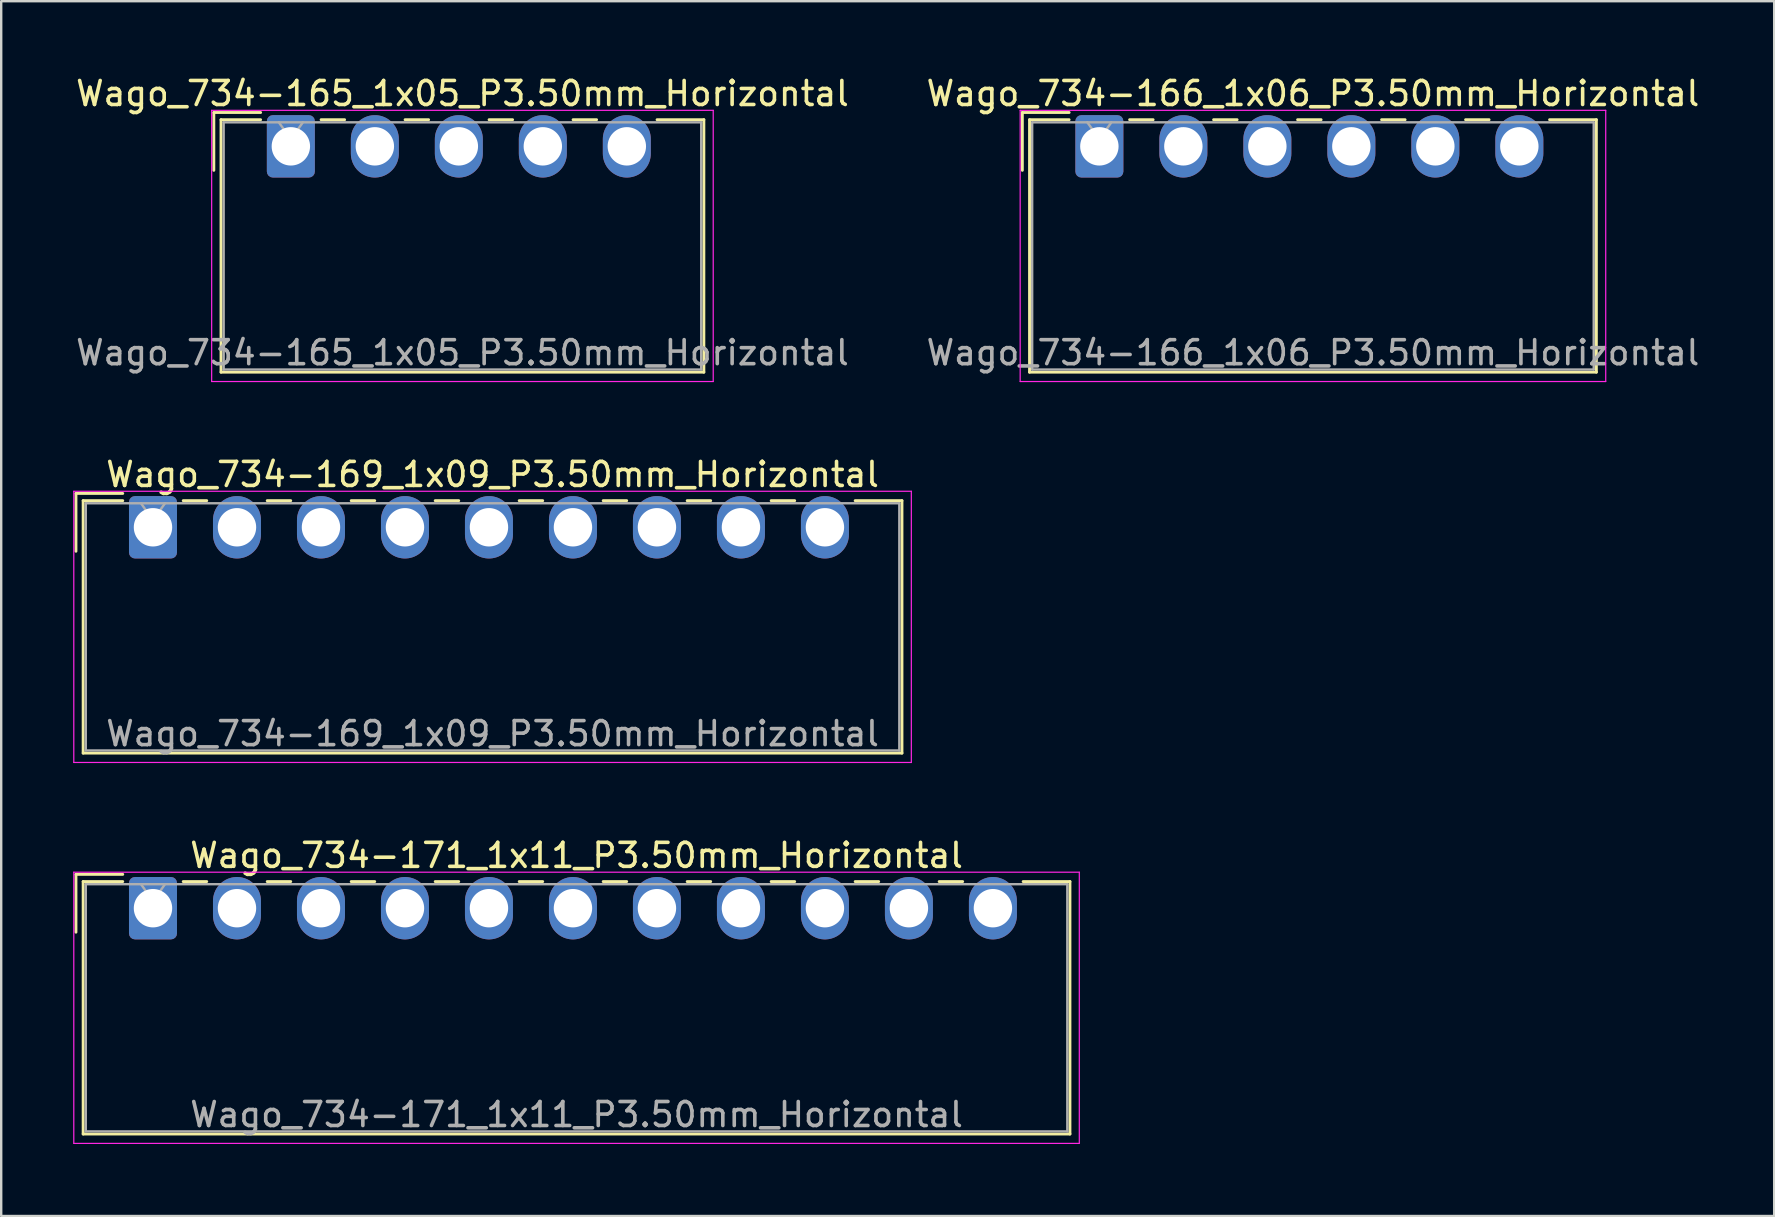
<source format=kicad_pcb>
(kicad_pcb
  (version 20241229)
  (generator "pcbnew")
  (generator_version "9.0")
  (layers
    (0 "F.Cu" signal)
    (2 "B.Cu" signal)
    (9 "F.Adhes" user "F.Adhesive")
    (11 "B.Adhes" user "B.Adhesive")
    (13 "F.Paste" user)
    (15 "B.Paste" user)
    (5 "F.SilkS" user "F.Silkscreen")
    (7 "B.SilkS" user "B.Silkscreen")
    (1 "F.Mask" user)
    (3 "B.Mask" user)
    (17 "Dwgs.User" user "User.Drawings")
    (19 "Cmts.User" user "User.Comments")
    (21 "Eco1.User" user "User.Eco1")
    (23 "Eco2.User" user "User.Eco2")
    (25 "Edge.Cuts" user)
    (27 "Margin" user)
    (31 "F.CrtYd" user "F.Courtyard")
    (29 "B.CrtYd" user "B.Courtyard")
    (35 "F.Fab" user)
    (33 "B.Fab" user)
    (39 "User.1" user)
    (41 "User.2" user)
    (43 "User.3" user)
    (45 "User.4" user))
  (footprint "Wago_734-171_1x11_P3.50mm_Horizontal"
    (layer "F.Cu")
    (at 3.325 34.795)
    (property "Reference" "Wago_734-171_1x11_P3.50mm_Horizontal" (at 17.65 -2.2 0) (layer "F.SilkS") (effects (font (size 1 1) (thickness 0.15))))
    (attr through_hole)
    (fp_line (start -3.21 -1.41) (end -1.26 -1.41) (stroke (width 0.12) (type solid)) (layer "F.SilkS"))
    (fp_line (start -3.21 1) (end -3.21 -1.41) (stroke (width 0.12) (type solid)) (layer "F.SilkS"))
    (fp_line (start -2.91 -1.11) (end -2.91 9.41) (stroke (width 0.12) (type solid)) (layer "F.SilkS"))
    (fp_line (start -2.91 9.41) (end 38.21 9.41) (stroke (width 0.12) (type solid)) (layer "F.SilkS"))
    (fp_line (start -1.26 -1.11) (end -2.91 -1.11) (stroke (width 0.12) (type solid)) (layer "F.SilkS"))
    (fp_line (start 1.26 -1.11) (end 2.24 -1.11) (stroke (width 0.12) (type solid)) (layer "F.SilkS"))
    (fp_line (start 4.76 -1.11) (end 5.74 -1.11) (stroke (width 0.12) (type solid)) (layer "F.SilkS"))
    (fp_line (start 8.26 -1.11) (end 9.24 -1.11) (stroke (width 0.12) (type solid)) (layer "F.SilkS"))
    (fp_line (start 11.76 -1.11) (end 12.74 -1.11) (stroke (width 0.12) (type solid)) (layer "F.SilkS"))
    (fp_line (start 15.26 -1.11) (end 16.24 -1.11) (stroke (width 0.12) (type solid)) (layer "F.SilkS"))
    (fp_line (start 18.76 -1.11) (end 19.74 -1.11) (stroke (width 0.12) (type solid)) (layer "F.SilkS"))
    (fp_line (start 22.26 -1.11) (end 23.24 -1.11) (stroke (width 0.12) (type solid)) (layer "F.SilkS"))
    (fp_line (start 25.76 -1.11) (end 26.74 -1.11) (stroke (width 0.12) (type solid)) (layer "F.SilkS"))
    (fp_line (start 29.26 -1.11) (end 30.24 -1.11) (stroke (width 0.12) (type solid)) (layer "F.SilkS"))
    (fp_line (start 32.76 -1.11) (end 33.74 -1.11) (stroke (width 0.12) (type solid)) (layer "F.SilkS"))
    (fp_line (start 38.21 -1.11) (end 36.26 -1.11) (stroke (width 0.12) (type solid)) (layer "F.SilkS"))
    (fp_line (start 38.21 9.41) (end 38.21 -1.11) (stroke (width 0.12) (type solid)) (layer "F.SilkS"))
    (fp_line (start -3.3 -1.5) (end -3.3 9.8) (stroke (width 0.05) (type solid)) (layer "F.CrtYd"))
    (fp_line (start -3.3 9.8) (end 38.6 9.8) (stroke (width 0.05) (type solid)) (layer "F.CrtYd"))
    (fp_line (start 38.6 -1.5) (end -3.3 -1.5) (stroke (width 0.05) (type solid)) (layer "F.CrtYd"))
    (fp_line (start 38.6 9.8) (end 38.6 -1.5) (stroke (width 0.05) (type solid)) (layer "F.CrtYd"))
    (fp_line (start -2.8 -1) (end -2.8 9.3) (stroke (width 0.1) (type solid)) (layer "F.Fab"))
    (fp_line (start -2.8 9.3) (end 38.1 9.3) (stroke (width 0.1) (type solid)) (layer "F.Fab"))
    (fp_line (start -0.5 -1) (end 0 -0.293) (stroke (width 0.1) (type solid)) (layer "F.Fab"))
    (fp_line (start 0 -0.293) (end 0.5 -1) (stroke (width 0.1) (type solid)) (layer "F.Fab"))
    (fp_line (start 38.1 -1) (end -2.8 -1) (stroke (width 0.1) (type solid)) (layer "F.Fab"))
    (fp_line (start 38.1 9.3) (end 38.1 -1) (stroke (width 0.1) (type solid)) (layer "F.Fab"))
    (fp_text user "${REFERENCE}" (at 17.65 8.6 0) (layer "F.Fab") (effects (font (size 1 1) (thickness 0.15))))
    (pad "1" thru_hole roundrect (at 0 0) (size 2 2.6) (drill 1.6) (layers "*.Cu" "*.Mask") (roundrect_rratio 0.125))
    (pad "2" thru_hole oval (at 3.5 0) (size 2 2.6) (drill 1.6) (layers "*.Cu" "*.Mask"))
    (pad "3" thru_hole oval (at 7 0) (size 2 2.6) (drill 1.6) (layers "*.Cu" "*.Mask"))
    (pad "4" thru_hole oval (at 10.5 0) (size 2 2.6) (drill 1.6) (layers "*.Cu" "*.Mask"))
    (pad "5" thru_hole oval (at 14 0) (size 2 2.6) (drill 1.6) (layers "*.Cu" "*.Mask"))
    (pad "6" thru_hole oval (at 17.5 0) (size 2 2.6) (drill 1.6) (layers "*.Cu" "*.Mask"))
    (pad "7" thru_hole oval (at 21 0) (size 2 2.6) (drill 1.6) (layers "*.Cu" "*.Mask"))
    (pad "8" thru_hole oval (at 24.5 0) (size 2 2.6) (drill 1.6) (layers "*.Cu" "*.Mask"))
    (pad "9" thru_hole oval (at 28 0) (size 2 2.6) (drill 1.6) (layers "*.Cu" "*.Mask"))
    (pad "10" thru_hole oval (at 31.5 0) (size 2 2.6) (drill 1.6) (layers "*.Cu" "*.Mask"))
    (pad "11" thru_hole oval (at 35 0) (size 2 2.6) (drill 1.6) (layers "*.Cu" "*.Mask")))
  (footprint "Wago_734-169_1x09_P3.50mm_Horizontal"
    (layer "F.Cu")
    (at 3.325 18.922)
    (property "Reference" "Wago_734-169_1x09_P3.50mm_Horizontal" (at 14.15 -2.2 0) (layer "F.SilkS") (effects (font (size 1 1) (thickness 0.15))))
    (attr through_hole)
    (fp_line (start -3.21 -1.41) (end -1.26 -1.41) (stroke (width 0.12) (type solid)) (layer "F.SilkS"))
    (fp_line (start -3.21 1) (end -3.21 -1.41) (stroke (width 0.12) (type solid)) (layer "F.SilkS"))
    (fp_line (start -2.91 -1.11) (end -2.91 9.41) (stroke (width 0.12) (type solid)) (layer "F.SilkS"))
    (fp_line (start -2.91 9.41) (end 31.21 9.41) (stroke (width 0.12) (type solid)) (layer "F.SilkS"))
    (fp_line (start -1.26 -1.11) (end -2.91 -1.11) (stroke (width 0.12) (type solid)) (layer "F.SilkS"))
    (fp_line (start 1.26 -1.11) (end 2.24 -1.11) (stroke (width 0.12) (type solid)) (layer "F.SilkS"))
    (fp_line (start 4.76 -1.11) (end 5.74 -1.11) (stroke (width 0.12) (type solid)) (layer "F.SilkS"))
    (fp_line (start 8.26 -1.11) (end 9.24 -1.11) (stroke (width 0.12) (type solid)) (layer "F.SilkS"))
    (fp_line (start 11.76 -1.11) (end 12.74 -1.11) (stroke (width 0.12) (type solid)) (layer "F.SilkS"))
    (fp_line (start 15.26 -1.11) (end 16.24 -1.11) (stroke (width 0.12) (type solid)) (layer "F.SilkS"))
    (fp_line (start 18.76 -1.11) (end 19.74 -1.11) (stroke (width 0.12) (type solid)) (layer "F.SilkS"))
    (fp_line (start 22.26 -1.11) (end 23.24 -1.11) (stroke (width 0.12) (type solid)) (layer "F.SilkS"))
    (fp_line (start 25.76 -1.11) (end 26.74 -1.11) (stroke (width 0.12) (type solid)) (layer "F.SilkS"))
    (fp_line (start 31.21 -1.11) (end 29.26 -1.11) (stroke (width 0.12) (type solid)) (layer "F.SilkS"))
    (fp_line (start 31.21 9.41) (end 31.21 -1.11) (stroke (width 0.12) (type solid)) (layer "F.SilkS"))
    (fp_line (start -3.3 -1.5) (end -3.3 9.8) (stroke (width 0.05) (type solid)) (layer "F.CrtYd"))
    (fp_line (start -3.3 9.8) (end 31.6 9.8) (stroke (width 0.05) (type solid)) (layer "F.CrtYd"))
    (fp_line (start 31.6 -1.5) (end -3.3 -1.5) (stroke (width 0.05) (type solid)) (layer "F.CrtYd"))
    (fp_line (start 31.6 9.8) (end 31.6 -1.5) (stroke (width 0.05) (type solid)) (layer "F.CrtYd"))
    (fp_line (start -2.8 -1) (end -2.8 9.3) (stroke (width 0.1) (type solid)) (layer "F.Fab"))
    (fp_line (start -2.8 9.3) (end 31.1 9.3) (stroke (width 0.1) (type solid)) (layer "F.Fab"))
    (fp_line (start -0.5 -1) (end 0 -0.293) (stroke (width 0.1) (type solid)) (layer "F.Fab"))
    (fp_line (start 0 -0.293) (end 0.5 -1) (stroke (width 0.1) (type solid)) (layer "F.Fab"))
    (fp_line (start 31.1 -1) (end -2.8 -1) (stroke (width 0.1) (type solid)) (layer "F.Fab"))
    (fp_line (start 31.1 9.3) (end 31.1 -1) (stroke (width 0.1) (type solid)) (layer "F.Fab"))
    (fp_text user "${REFERENCE}" (at 14.15 8.6 0) (layer "F.Fab") (effects (font (size 1 1) (thickness 0.15))))
    (pad "1" thru_hole roundrect (at 0 0) (size 2 2.6) (drill 1.6) (layers "*.Cu" "*.Mask") (roundrect_rratio 0.125))
    (pad "2" thru_hole oval (at 3.5 0) (size 2 2.6) (drill 1.6) (layers "*.Cu" "*.Mask"))
    (pad "3" thru_hole oval (at 7 0) (size 2 2.6) (drill 1.6) (layers "*.Cu" "*.Mask"))
    (pad "4" thru_hole oval (at 10.5 0) (size 2 2.6) (drill 1.6) (layers "*.Cu" "*.Mask"))
    (pad "5" thru_hole oval (at 14 0) (size 2 2.6) (drill 1.6) (layers "*.Cu" "*.Mask"))
    (pad "6" thru_hole oval (at 17.5 0) (size 2 2.6) (drill 1.6) (layers "*.Cu" "*.Mask"))
    (pad "7" thru_hole oval (at 21 0) (size 2 2.6) (drill 1.6) (layers "*.Cu" "*.Mask"))
    (pad "8" thru_hole oval (at 24.5 0) (size 2 2.6) (drill 1.6) (layers "*.Cu" "*.Mask"))
    (pad "9" thru_hole oval (at 28 0) (size 2 2.6) (drill 1.6) (layers "*.Cu" "*.Mask")))
  (footprint "Wago_734-165_1x05_P3.50mm_Horizontal"
    (layer "F.Cu")
    (at 9.07 3.048)
    (property "Reference" "Wago_734-165_1x05_P3.50mm_Horizontal" (at 7.15 -2.2 0) (layer "F.SilkS") (effects (font (size 1 1) (thickness 0.15))))
    (attr through_hole)
    (fp_line (start -3.21 -1.41) (end -1.26 -1.41) (stroke (width 0.12) (type solid)) (layer "F.SilkS"))
    (fp_line (start -3.21 1) (end -3.21 -1.41) (stroke (width 0.12) (type solid)) (layer "F.SilkS"))
    (fp_line (start -2.91 -1.11) (end -2.91 9.41) (stroke (width 0.12) (type solid)) (layer "F.SilkS"))
    (fp_line (start -2.91 9.41) (end 17.21 9.41) (stroke (width 0.12) (type solid)) (layer "F.SilkS"))
    (fp_line (start -1.26 -1.11) (end -2.91 -1.11) (stroke (width 0.12) (type solid)) (layer "F.SilkS"))
    (fp_line (start 1.26 -1.11) (end 2.24 -1.11) (stroke (width 0.12) (type solid)) (layer "F.SilkS"))
    (fp_line (start 4.76 -1.11) (end 5.74 -1.11) (stroke (width 0.12) (type solid)) (layer "F.SilkS"))
    (fp_line (start 8.26 -1.11) (end 9.24 -1.11) (stroke (width 0.12) (type solid)) (layer "F.SilkS"))
    (fp_line (start 11.76 -1.11) (end 12.74 -1.11) (stroke (width 0.12) (type solid)) (layer "F.SilkS"))
    (fp_line (start 17.21 -1.11) (end 15.26 -1.11) (stroke (width 0.12) (type solid)) (layer "F.SilkS"))
    (fp_line (start 17.21 9.41) (end 17.21 -1.11) (stroke (width 0.12) (type solid)) (layer "F.SilkS"))
    (fp_line (start -3.3 -1.5) (end -3.3 9.8) (stroke (width 0.05) (type solid)) (layer "F.CrtYd"))
    (fp_line (start -3.3 9.8) (end 17.6 9.8) (stroke (width 0.05) (type solid)) (layer "F.CrtYd"))
    (fp_line (start 17.6 -1.5) (end -3.3 -1.5) (stroke (width 0.05) (type solid)) (layer "F.CrtYd"))
    (fp_line (start 17.6 9.8) (end 17.6 -1.5) (stroke (width 0.05) (type solid)) (layer "F.CrtYd"))
    (fp_line (start -2.8 -1) (end -2.8 9.3) (stroke (width 0.1) (type solid)) (layer "F.Fab"))
    (fp_line (start -2.8 9.3) (end 17.1 9.3) (stroke (width 0.1) (type solid)) (layer "F.Fab"))
    (fp_line (start -0.5 -1) (end 0 -0.293) (stroke (width 0.1) (type solid)) (layer "F.Fab"))
    (fp_line (start 0 -0.293) (end 0.5 -1) (stroke (width 0.1) (type solid)) (layer "F.Fab"))
    (fp_line (start 17.1 -1) (end -2.8 -1) (stroke (width 0.1) (type solid)) (layer "F.Fab"))
    (fp_line (start 17.1 9.3) (end 17.1 -1) (stroke (width 0.1) (type solid)) (layer "F.Fab"))
    (fp_text user "${REFERENCE}" (at 7.15 8.6 0) (layer "F.Fab") (effects (font (size 1 1) (thickness 0.15))))
    (pad "1" thru_hole roundrect (at 0 0) (size 2 2.6) (drill 1.6) (layers "*.Cu" "*.Mask") (roundrect_rratio 0.125))
    (pad "2" thru_hole oval (at 3.5 0) (size 2 2.6) (drill 1.6) (layers "*.Cu" "*.Mask"))
    (pad "3" thru_hole oval (at 7 0) (size 2 2.6) (drill 1.6) (layers "*.Cu" "*.Mask"))
    (pad "4" thru_hole oval (at 10.5 0) (size 2 2.6) (drill 1.6) (layers "*.Cu" "*.Mask"))
    (pad "5" thru_hole oval (at 14 0) (size 2 2.6) (drill 1.6) (layers "*.Cu" "*.Mask")))
  (footprint "Wago_734-166_1x06_P3.50mm_Horizontal"
    (layer "F.Cu")
    (at 42.761 3.048)
    (property "Reference" "Wago_734-166_1x06_P3.50mm_Horizontal" (at 8.9 -2.2 0) (layer "F.SilkS") (effects (font (size 1 1) (thickness 0.15))))
    (attr through_hole)
    (fp_line (start -3.21 -1.41) (end -1.26 -1.41) (stroke (width 0.12) (type solid)) (layer "F.SilkS"))
    (fp_line (start -3.21 1) (end -3.21 -1.41) (stroke (width 0.12) (type solid)) (layer "F.SilkS"))
    (fp_line (start -2.91 -1.11) (end -2.91 9.41) (stroke (width 0.12) (type solid)) (layer "F.SilkS"))
    (fp_line (start -2.91 9.41) (end 20.71 9.41) (stroke (width 0.12) (type solid)) (layer "F.SilkS"))
    (fp_line (start -1.26 -1.11) (end -2.91 -1.11) (stroke (width 0.12) (type solid)) (layer "F.SilkS"))
    (fp_line (start 1.26 -1.11) (end 2.24 -1.11) (stroke (width 0.12) (type solid)) (layer "F.SilkS"))
    (fp_line (start 4.76 -1.11) (end 5.74 -1.11) (stroke (width 0.12) (type solid)) (layer "F.SilkS"))
    (fp_line (start 8.26 -1.11) (end 9.24 -1.11) (stroke (width 0.12) (type solid)) (layer "F.SilkS"))
    (fp_line (start 11.76 -1.11) (end 12.74 -1.11) (stroke (width 0.12) (type solid)) (layer "F.SilkS"))
    (fp_line (start 15.26 -1.11) (end 16.24 -1.11) (stroke (width 0.12) (type solid)) (layer "F.SilkS"))
    (fp_line (start 20.71 -1.11) (end 18.76 -1.11) (stroke (width 0.12) (type solid)) (layer "F.SilkS"))
    (fp_line (start 20.71 9.41) (end 20.71 -1.11) (stroke (width 0.12) (type solid)) (layer "F.SilkS"))
    (fp_line (start -3.3 -1.5) (end -3.3 9.8) (stroke (width 0.05) (type solid)) (layer "F.CrtYd"))
    (fp_line (start -3.3 9.8) (end 21.1 9.8) (stroke (width 0.05) (type solid)) (layer "F.CrtYd"))
    (fp_line (start 21.1 -1.5) (end -3.3 -1.5) (stroke (width 0.05) (type solid)) (layer "F.CrtYd"))
    (fp_line (start 21.1 9.8) (end 21.1 -1.5) (stroke (width 0.05) (type solid)) (layer "F.CrtYd"))
    (fp_line (start -2.8 -1) (end -2.8 9.3) (stroke (width 0.1) (type solid)) (layer "F.Fab"))
    (fp_line (start -2.8 9.3) (end 20.6 9.3) (stroke (width 0.1) (type solid)) (layer "F.Fab"))
    (fp_line (start -0.5 -1) (end 0 -0.293) (stroke (width 0.1) (type solid)) (layer "F.Fab"))
    (fp_line (start 0 -0.293) (end 0.5 -1) (stroke (width 0.1) (type solid)) (layer "F.Fab"))
    (fp_line (start 20.6 -1) (end -2.8 -1) (stroke (width 0.1) (type solid)) (layer "F.Fab"))
    (fp_line (start 20.6 9.3) (end 20.6 -1) (stroke (width 0.1) (type solid)) (layer "F.Fab"))
    (fp_text user "${REFERENCE}" (at 8.9 8.6 0) (layer "F.Fab") (effects (font (size 1 1) (thickness 0.15))))
    (pad "1" thru_hole roundrect (at 0 0) (size 2 2.6) (drill 1.6) (layers "*.Cu" "*.Mask") (roundrect_rratio 0.125))
    (pad "2" thru_hole oval (at 3.5 0) (size 2 2.6) (drill 1.6) (layers "*.Cu" "*.Mask"))
    (pad "3" thru_hole oval (at 7 0) (size 2 2.6) (drill 1.6) (layers "*.Cu" "*.Mask"))
    (pad "4" thru_hole oval (at 10.5 0) (size 2 2.6) (drill 1.6) (layers "*.Cu" "*.Mask"))
    (pad "5" thru_hole oval (at 14 0) (size 2 2.6) (drill 1.6) (layers "*.Cu" "*.Mask"))
    (pad "6" thru_hole oval (at 17.5 0) (size 2 2.6) (drill 1.6) (layers "*.Cu" "*.Mask")))
  (gr_rect
    (start -3 -3)
    (end 70.881 47.62)
    (stroke (width 0.1) (type default))
    (fill no)
    (layer "Edge.Cuts")))
</source>
